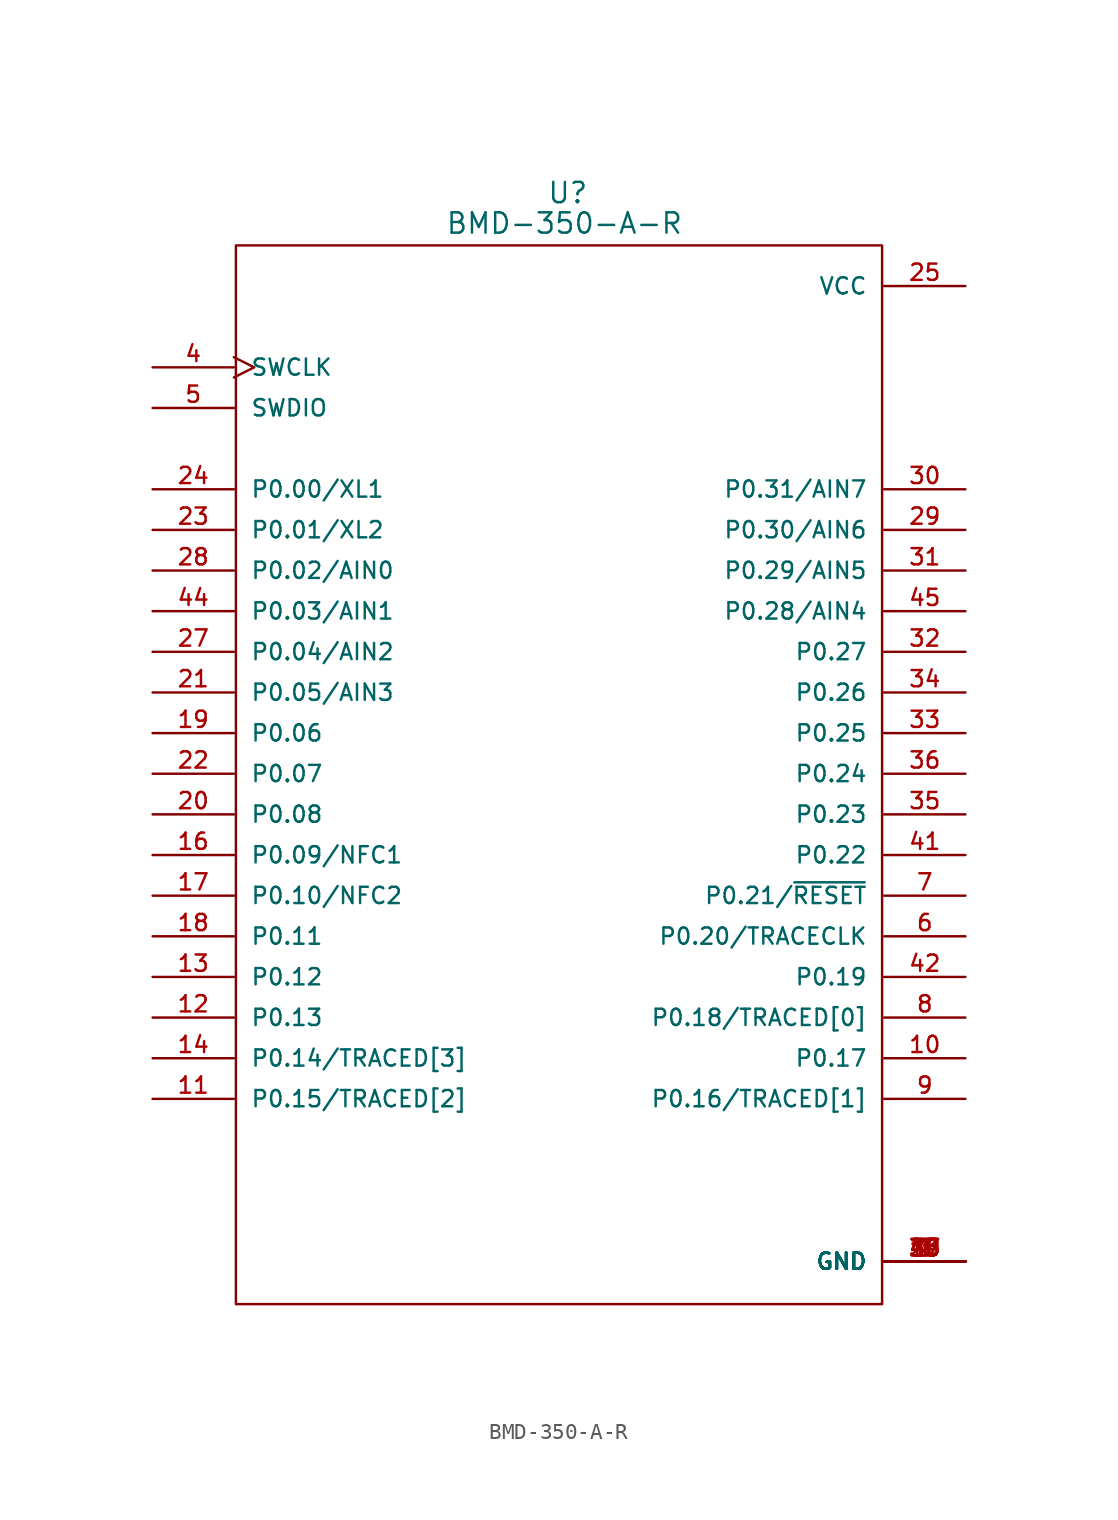
<source format=kicad_sym>
(kicad_symbol_lib
  (version 20220914)
  (generator kicad_symbol_editor)
  (symbol "BMD-350-A-R"
    (pin_names
      (offset 1.016))
    (property "Reference" "U"
      (at -0.762 35.56 0)
      (effects (font (size 1.27 1.27)) (justify left bottom)))
    (property "Value" "BMD-350-A-R"
      (at -7.112 33.655 0)
      (effects (font (size 1.27 1.27)) (justify left bottom)))
    (property "ki_locked" ""
      (at 0 0 0)
      (effects (font (size 1.27 1.27))))
    (symbol "BMD-350-A-R_0_0"
      (pin power_in line (at 25.4 -30.48 180) (length 5.08) (name "GND" (effects (font (size 1.016 1.016)))) (number "1" (effects (font (size 1.016 1.016)))))
      (pin bidirectional line (at 25.4 -17.78 180) (length 5.08) (name "P0.17" (effects (font (size 1.016 1.016)))) (number "10" (effects (font (size 1.016 1.016)))))
      (pin bidirectional line (at -25.4 -20.32 0) (length 5.08) (name "P0.15/TRACED[2]" (effects (font (size 1.016 1.016)))) (number "11" (effects (font (size 1.016 1.016)))))
      (pin bidirectional line (at -25.4 -15.24 0) (length 5.08) (name "P0.13" (effects (font (size 1.016 1.016)))) (number "12" (effects (font (size 1.016 1.016)))))
      (pin bidirectional line (at -25.4 -12.7 0) (length 5.08) (name "P0.12" (effects (font (size 1.016 1.016)))) (number "13" (effects (font (size 1.016 1.016)))))
      (pin bidirectional line (at -25.4 -17.78 0) (length 5.08) (name "P0.14/TRACED[3]" (effects (font (size 1.016 1.016)))) (number "14" (effects (font (size 1.016 1.016)))))
      (pin power_in line (at 25.4 -30.48 180) (length 5.08) (name "GND" (effects (font (size 1.016 1.016)))) (number "15" (effects (font (size 1.016 1.016)))))
      (pin bidirectional line (at -25.4 -5.08 0) (length 5.08) (name "P0.09/NFC1" (effects (font (size 1.016 1.016)))) (number "16" (effects (font (size 1.016 1.016)))))
      (pin bidirectional line (at -25.4 -7.62 0) (length 5.08) (name "P0.10/NFC2" (effects (font (size 1.016 1.016)))) (number "17" (effects (font (size 1.016 1.016)))))
      (pin bidirectional line (at -25.4 -10.16 0) (length 5.08) (name "P0.11" (effects (font (size 1.016 1.016)))) (number "18" (effects (font (size 1.016 1.016)))))
      (pin bidirectional line (at -25.4 2.54 0) (length 5.08) (name "P0.06" (effects (font (size 1.016 1.016)))) (number "19" (effects (font (size 1.016 1.016)))))
      (pin power_in line (at 25.4 -30.48 180) (length 5.08) (name "GND" (effects (font (size 1.016 1.016)))) (number "2" (effects (font (size 1.016 1.016)))))
      (pin bidirectional line (at -25.4 -2.54 0) (length 5.08) (name "P0.08" (effects (font (size 1.016 1.016)))) (number "20" (effects (font (size 1.016 1.016)))))
      (pin bidirectional line (at -25.4 5.08 0) (length 5.08) (name "P0.05/AIN3" (effects (font (size 1.016 1.016)))) (number "21" (effects (font (size 1.016 1.016)))))
      (pin bidirectional line (at -25.4 0 0) (length 5.08) (name "P0.07" (effects (font (size 1.016 1.016)))) (number "22" (effects (font (size 1.016 1.016)))))
      (pin bidirectional line (at -25.4 15.24 0) (length 5.08) (name "P0.01/XL2" (effects (font (size 1.016 1.016)))) (number "23" (effects (font (size 1.016 1.016)))))
      (pin bidirectional line (at -25.4 17.78 0) (length 5.08) (name "P0.00/XL1" (effects (font (size 1.016 1.016)))) (number "24" (effects (font (size 1.016 1.016)))))
      (pin power_in line (at 25.4 30.48 180) (length 5.08) (name "VCC" (effects (font (size 1.016 1.016)))) (number "25" (effects (font (size 1.016 1.016)))))
      (pin power_in line (at 25.4 -30.48 180) (length 5.08) (name "GND" (effects (font (size 1.016 1.016)))) (number "26" (effects (font (size 1.016 1.016)))))
      (pin bidirectional line (at -25.4 7.62 0) (length 5.08) (name "P0.04/AIN2" (effects (font (size 1.016 1.016)))) (number "27" (effects (font (size 1.016 1.016)))))
      (pin bidirectional line (at -25.4 12.7 0) (length 5.08) (name "P0.02/AIN0" (effects (font (size 1.016 1.016)))) (number "28" (effects (font (size 1.016 1.016)))))
      (pin bidirectional line (at 25.4 15.24 180) (length 5.08) (name "P0.30/AIN6" (effects (font (size 1.016 1.016)))) (number "29" (effects (font (size 1.016 1.016)))))
      (pin power_in line (at 25.4 -30.48 180) (length 5.08) (name "GND" (effects (font (size 1.016 1.016)))) (number "3" (effects (font (size 1.016 1.016)))))
      (pin bidirectional line (at 25.4 17.78 180) (length 5.08) (name "P0.31/AIN7" (effects (font (size 1.016 1.016)))) (number "30" (effects (font (size 1.016 1.016)))))
      (pin bidirectional line (at 25.4 12.7 180) (length 5.08) (name "P0.29/AIN5" (effects (font (size 1.016 1.016)))) (number "31" (effects (font (size 1.016 1.016)))))
      (pin bidirectional line (at 25.4 7.62 180) (length 5.08) (name "P0.27" (effects (font (size 1.016 1.016)))) (number "32" (effects (font (size 1.016 1.016)))))
      (pin bidirectional line (at 25.4 2.54 180) (length 5.08) (name "P0.25" (effects (font (size 1.016 1.016)))) (number "33" (effects (font (size 1.016 1.016)))))
      (pin bidirectional line (at 25.4 5.08 180) (length 5.08) (name "P0.26" (effects (font (size 1.016 1.016)))) (number "34" (effects (font (size 1.016 1.016)))))
      (pin bidirectional line (at 25.4 -2.54 180) (length 5.08) (name "P0.23" (effects (font (size 1.016 1.016)))) (number "35" (effects (font (size 1.016 1.016)))))
      (pin bidirectional line (at 25.4 0 180) (length 5.08) (name "P0.24" (effects (font (size 1.016 1.016)))) (number "36" (effects (font (size 1.016 1.016)))))
      (pin power_in line (at 25.4 -30.48 180) (length 5.08) (name "GND" (effects (font (size 1.016 1.016)))) (number "37" (effects (font (size 1.016 1.016)))))
      (pin power_in line (at 25.4 -30.48 180) (length 5.08) (name "GND" (effects (font (size 1.016 1.016)))) (number "38" (effects (font (size 1.016 1.016)))))
      (pin power_in line (at 25.4 -30.48 180) (length 5.08) (name "GND" (effects (font (size 1.016 1.016)))) (number "39" (effects (font (size 1.016 1.016)))))
      (pin input clock (at -25.4 25.4 0) (length 5.08) (name "SWCLK" (effects (font (size 1.016 1.016)))) (number "4" (effects (font (size 1.016 1.016)))))
      (pin power_in line (at 25.4 -30.48 180) (length 5.08) (name "GND" (effects (font (size 1.016 1.016)))) (number "40" (effects (font (size 1.016 1.016)))))
      (pin bidirectional line (at 25.4 -5.08 180) (length 5.08) (name "P0.22" (effects (font (size 1.016 1.016)))) (number "41" (effects (font (size 1.016 1.016)))))
      (pin bidirectional line (at 25.4 -12.7 180) (length 5.08) (name "P0.19" (effects (font (size 1.016 1.016)))) (number "42" (effects (font (size 1.016 1.016)))))
      (pin power_in line (at 25.4 -30.48 180) (length 5.08) (name "GND" (effects (font (size 1.016 1.016)))) (number "43" (effects (font (size 1.016 1.016)))))
      (pin bidirectional line (at -25.4 10.16 0) (length 5.08) (name "P0.03/AIN1" (effects (font (size 1.016 1.016)))) (number "44" (effects (font (size 1.016 1.016)))))
      (pin bidirectional line (at 25.4 10.16 180) (length 5.08) (name "P0.28/AIN4" (effects (font (size 1.016 1.016)))) (number "45" (effects (font (size 1.016 1.016)))))
      (pin power_in line (at 25.4 -30.48 180) (length 5.08) (name "GND" (effects (font (size 1.016 1.016)))) (number "46" (effects (font (size 1.016 1.016)))))
      (pin power_in line (at 25.4 -30.48 180) (length 5.08) (name "GND" (effects (font (size 1.016 1.016)))) (number "47" (effects (font (size 1.016 1.016)))))
      (pin bidirectional line (at -25.4 22.86 0) (length 5.08) (name "SWDIO" (effects (font (size 1.016 1.016)))) (number "5" (effects (font (size 1.016 1.016)))))
      (pin bidirectional line (at 25.4 -10.16 180) (length 5.08) (name "P0.20/TRACECLK" (effects (font (size 1.016 1.016)))) (number "6" (effects (font (size 1.016 1.016)))))
      (pin bidirectional line (at 25.4 -7.62 180) (length 5.08) (name "P0.21/~{RESET}" (effects (font (size 1.016 1.016)))) (number "7" (effects (font (size 1.016 1.016)))))
      (pin bidirectional line (at 25.4 -15.24 180) (length 5.08) (name "P0.18/TRACED[0]" (effects (font (size 1.016 1.016)))) (number "8" (effects (font (size 1.016 1.016)))))
      (pin bidirectional line (at 25.4 -20.32 180) (length 5.08) (name "P0.16/TRACED[1]" (effects (font (size 1.016 1.016)))) (number "9" (effects (font (size 1.016 1.016))))))
    (symbol "BMD-350-A-R_0_1"
      (rectangle (start 20.193 33.02) (end -20.193 -33.147) (stroke (width 0) (type solid)) (fill (type none))))))
</source>
